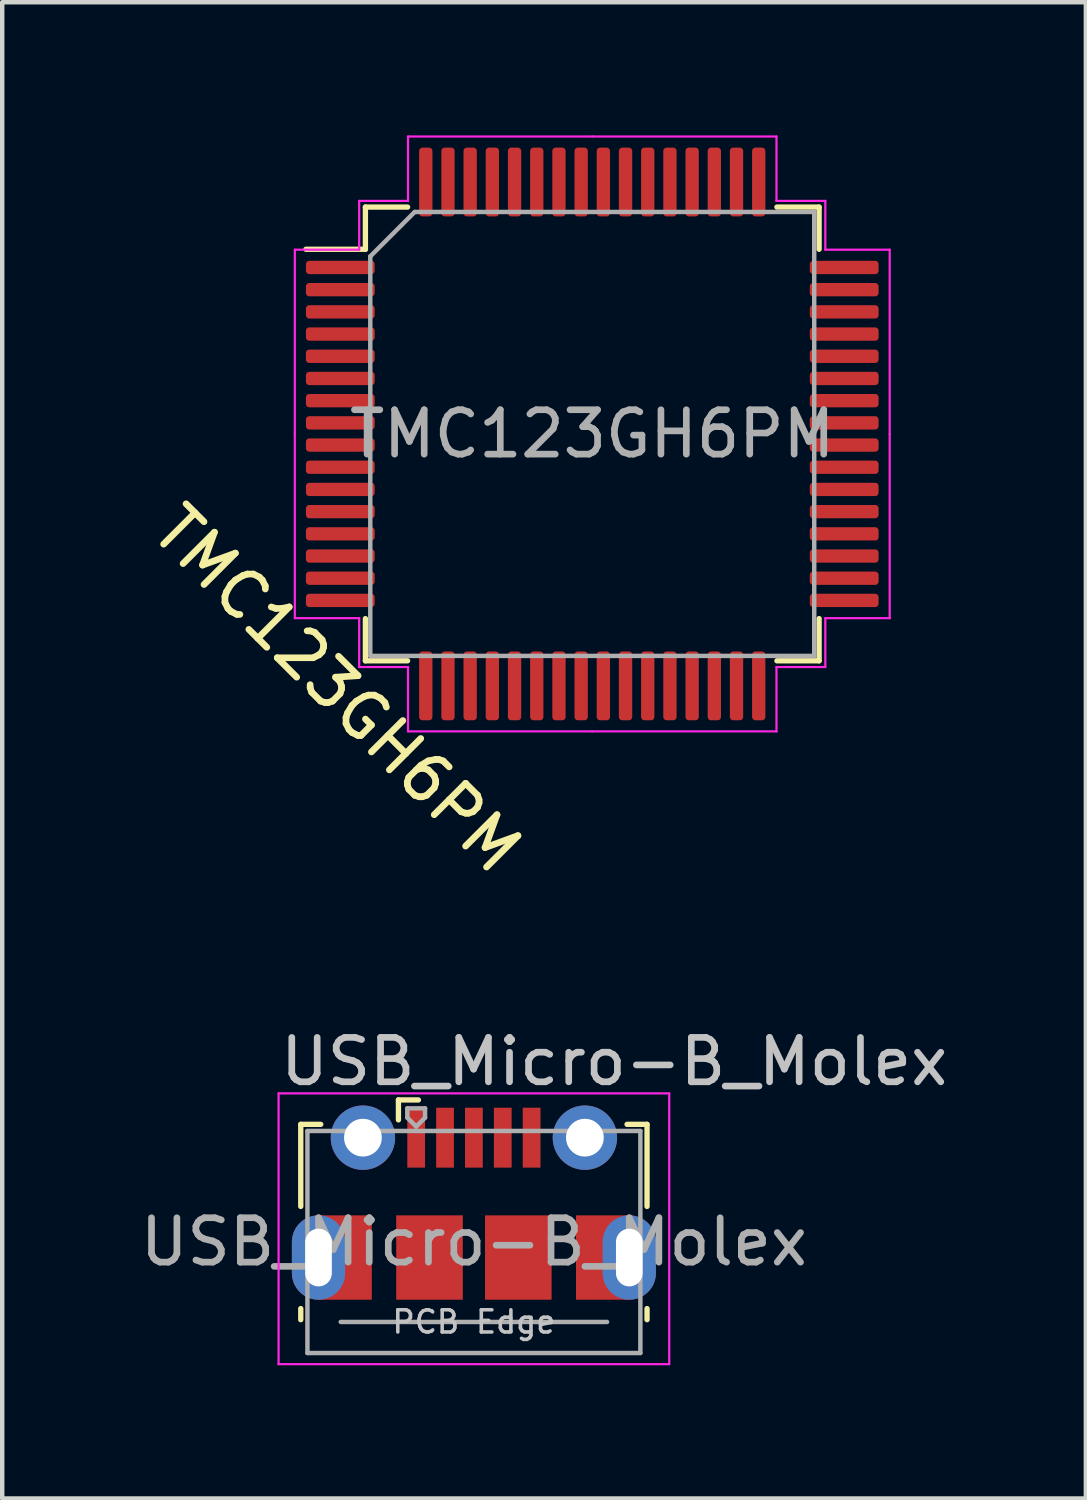
<source format=kicad_pcb>
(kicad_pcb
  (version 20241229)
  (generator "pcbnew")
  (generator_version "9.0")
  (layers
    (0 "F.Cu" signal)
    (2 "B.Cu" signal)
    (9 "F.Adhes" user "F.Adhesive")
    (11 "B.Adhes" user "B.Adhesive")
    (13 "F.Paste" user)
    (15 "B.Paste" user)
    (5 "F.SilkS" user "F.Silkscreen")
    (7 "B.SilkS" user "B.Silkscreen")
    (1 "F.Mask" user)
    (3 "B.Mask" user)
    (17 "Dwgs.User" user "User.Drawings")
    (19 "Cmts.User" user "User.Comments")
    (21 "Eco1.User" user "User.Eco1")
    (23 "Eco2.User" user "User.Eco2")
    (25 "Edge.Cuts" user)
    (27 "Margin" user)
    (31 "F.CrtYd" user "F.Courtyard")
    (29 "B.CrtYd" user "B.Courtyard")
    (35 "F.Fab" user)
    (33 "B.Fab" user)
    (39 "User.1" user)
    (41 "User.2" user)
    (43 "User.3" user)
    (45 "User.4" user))
  (footprint "TMC123GH6PM"
    (layer "F.Cu")
    (at 10.291 6.725)
    (property "Reference" "TMC123GH6PM" (at -5.747 5.747 135) (layer "F.SilkS") (effects (font (size 1 1) (thickness 0.15))))
    (attr smd)
    (fp_line (start -5.11 -5.11) (end -5.11 -4.16) (stroke (width 0.12) (type solid)) (layer "F.SilkS"))
    (fp_line (start -5.11 -4.16) (end -6.45 -4.16) (stroke (width 0.12) (type solid)) (layer "F.SilkS"))
    (fp_line (start -5.11 5.11) (end -5.11 4.16) (stroke (width 0.12) (type solid)) (layer "F.SilkS"))
    (fp_line (start -4.16 -5.11) (end -5.11 -5.11) (stroke (width 0.12) (type solid)) (layer "F.SilkS"))
    (fp_line (start -4.16 5.11) (end -5.11 5.11) (stroke (width 0.12) (type solid)) (layer "F.SilkS"))
    (fp_line (start 4.16 -5.11) (end 5.11 -5.11) (stroke (width 0.12) (type solid)) (layer "F.SilkS"))
    (fp_line (start 4.16 5.11) (end 5.11 5.11) (stroke (width 0.12) (type solid)) (layer "F.SilkS"))
    (fp_line (start 5.11 -5.11) (end 5.11 -4.16) (stroke (width 0.12) (type solid)) (layer "F.SilkS"))
    (fp_line (start 5.11 5.11) (end 5.11 4.16) (stroke (width 0.12) (type solid)) (layer "F.SilkS"))
    (fp_line (start -6.7 -4.15) (end -6.7 0) (stroke (width 0.05) (type solid)) (layer "F.CrtYd"))
    (fp_line (start -6.7 4.15) (end -6.7 0) (stroke (width 0.05) (type solid)) (layer "F.CrtYd"))
    (fp_line (start -5.25 -5.25) (end -5.25 -4.15) (stroke (width 0.05) (type solid)) (layer "F.CrtYd"))
    (fp_line (start -5.25 -4.15) (end -6.7 -4.15) (stroke (width 0.05) (type solid)) (layer "F.CrtYd"))
    (fp_line (start -5.25 4.15) (end -6.7 4.15) (stroke (width 0.05) (type solid)) (layer "F.CrtYd"))
    (fp_line (start -5.25 5.25) (end -5.25 4.15) (stroke (width 0.05) (type solid)) (layer "F.CrtYd"))
    (fp_line (start -4.15 -6.7) (end -4.15 -5.25) (stroke (width 0.05) (type solid)) (layer "F.CrtYd"))
    (fp_line (start -4.15 -5.25) (end -5.25 -5.25) (stroke (width 0.05) (type solid)) (layer "F.CrtYd"))
    (fp_line (start -4.15 5.25) (end -5.25 5.25) (stroke (width 0.05) (type solid)) (layer "F.CrtYd"))
    (fp_line (start -4.15 6.7) (end -4.15 5.25) (stroke (width 0.05) (type solid)) (layer "F.CrtYd"))
    (fp_line (start 0 -6.7) (end -4.15 -6.7) (stroke (width 0.05) (type solid)) (layer "F.CrtYd"))
    (fp_line (start 0 -6.7) (end 4.15 -6.7) (stroke (width 0.05) (type solid)) (layer "F.CrtYd"))
    (fp_line (start 0 6.7) (end -4.15 6.7) (stroke (width 0.05) (type solid)) (layer "F.CrtYd"))
    (fp_line (start 0 6.7) (end 4.15 6.7) (stroke (width 0.05) (type solid)) (layer "F.CrtYd"))
    (fp_line (start 4.15 -6.7) (end 4.15 -5.25) (stroke (width 0.05) (type solid)) (layer "F.CrtYd"))
    (fp_line (start 4.15 -5.25) (end 5.25 -5.25) (stroke (width 0.05) (type solid)) (layer "F.CrtYd"))
    (fp_line (start 4.15 5.25) (end 5.25 5.25) (stroke (width 0.05) (type solid)) (layer "F.CrtYd"))
    (fp_line (start 4.15 6.7) (end 4.15 5.25) (stroke (width 0.05) (type solid)) (layer "F.CrtYd"))
    (fp_line (start 5.25 -5.25) (end 5.25 -4.15) (stroke (width 0.05) (type solid)) (layer "F.CrtYd"))
    (fp_line (start 5.25 -4.15) (end 6.7 -4.15) (stroke (width 0.05) (type solid)) (layer "F.CrtYd"))
    (fp_line (start 5.25 4.15) (end 6.7 4.15) (stroke (width 0.05) (type solid)) (layer "F.CrtYd"))
    (fp_line (start 5.25 5.25) (end 5.25 4.15) (stroke (width 0.05) (type solid)) (layer "F.CrtYd"))
    (fp_line (start 6.7 -4.15) (end 6.7 0) (stroke (width 0.05) (type solid)) (layer "F.CrtYd"))
    (fp_line (start 6.7 4.15) (end 6.7 0) (stroke (width 0.05) (type solid)) (layer "F.CrtYd"))
    (fp_line (start -5 -4) (end -4 -5) (stroke (width 0.1) (type solid)) (layer "F.Fab"))
    (fp_line (start -5 5) (end -5 -4) (stroke (width 0.1) (type solid)) (layer "F.Fab"))
    (fp_line (start -4 -5) (end 5 -5) (stroke (width 0.1) (type solid)) (layer "F.Fab"))
    (fp_line (start 5 -5) (end 5 5) (stroke (width 0.1) (type solid)) (layer "F.Fab"))
    (fp_line (start 5 5) (end -5 5) (stroke (width 0.1) (type solid)) (layer "F.Fab"))
    (fp_text user "${REFERENCE}" (at 0 0 0) (layer "F.Fab") (effects (font (size 1 1) (thickness 0.15))))
    (pad "1" smd roundrect (at -5.675 -3.75) (size 1.55 0.3) (layers "F.Cu" "F.Mask" "F.Paste") (roundrect_rratio 0.25))
    (pad "2" smd roundrect (at -5.675 -3.25) (size 1.55 0.3) (layers "F.Cu" "F.Mask" "F.Paste") (roundrect_rratio 0.25))
    (pad "3" smd roundrect (at -5.675 -2.75) (size 1.55 0.3) (layers "F.Cu" "F.Mask" "F.Paste") (roundrect_rratio 0.25))
    (pad "4" smd roundrect (at -5.675 -2.25) (size 1.55 0.3) (layers "F.Cu" "F.Mask" "F.Paste") (roundrect_rratio 0.25))
    (pad "5" smd roundrect (at -5.675 -1.75) (size 1.55 0.3) (layers "F.Cu" "F.Mask" "F.Paste") (roundrect_rratio 0.25))
    (pad "6" smd roundrect (at -5.675 -1.25) (size 1.55 0.3) (layers "F.Cu" "F.Mask" "F.Paste") (roundrect_rratio 0.25))
    (pad "7" smd roundrect (at -5.675 -0.75) (size 1.55 0.3) (layers "F.Cu" "F.Mask" "F.Paste") (roundrect_rratio 0.25))
    (pad "8" smd roundrect (at -5.675 -0.25) (size 1.55 0.3) (layers "F.Cu" "F.Mask" "F.Paste") (roundrect_rratio 0.25))
    (pad "9" smd roundrect (at -5.675 0.25) (size 1.55 0.3) (layers "F.Cu" "F.Mask" "F.Paste") (roundrect_rratio 0.25))
    (pad "10" smd roundrect (at -5.675 0.75) (size 1.55 0.3) (layers "F.Cu" "F.Mask" "F.Paste") (roundrect_rratio 0.25))
    (pad "11" smd roundrect (at -5.675 1.25) (size 1.55 0.3) (layers "F.Cu" "F.Mask" "F.Paste") (roundrect_rratio 0.25))
    (pad "12" smd roundrect (at -5.675 1.75) (size 1.55 0.3) (layers "F.Cu" "F.Mask" "F.Paste") (roundrect_rratio 0.25))
    (pad "13" smd roundrect (at -5.675 2.25) (size 1.55 0.3) (layers "F.Cu" "F.Mask" "F.Paste") (roundrect_rratio 0.25))
    (pad "14" smd roundrect (at -5.675 2.75) (size 1.55 0.3) (layers "F.Cu" "F.Mask" "F.Paste") (roundrect_rratio 0.25))
    (pad "15" smd roundrect (at -5.675 3.25) (size 1.55 0.3) (layers "F.Cu" "F.Mask" "F.Paste") (roundrect_rratio 0.25))
    (pad "16" smd roundrect (at -5.675 3.75) (size 1.55 0.3) (layers "F.Cu" "F.Mask" "F.Paste") (roundrect_rratio 0.25))
    (pad "17" smd roundrect (at -3.75 5.675) (size 0.3 1.55) (layers "F.Cu" "F.Mask" "F.Paste") (roundrect_rratio 0.25))
    (pad "18" smd roundrect (at -3.25 5.675) (size 0.3 1.55) (layers "F.Cu" "F.Mask" "F.Paste") (roundrect_rratio 0.25))
    (pad "19" smd roundrect (at -2.75 5.675) (size 0.3 1.55) (layers "F.Cu" "F.Mask" "F.Paste") (roundrect_rratio 0.25))
    (pad "20" smd roundrect (at -2.25 5.675) (size 0.3 1.55) (layers "F.Cu" "F.Mask" "F.Paste") (roundrect_rratio 0.25))
    (pad "21" smd roundrect (at -1.75 5.675) (size 0.3 1.55) (layers "F.Cu" "F.Mask" "F.Paste") (roundrect_rratio 0.25))
    (pad "22" smd roundrect (at -1.25 5.675) (size 0.3 1.55) (layers "F.Cu" "F.Mask" "F.Paste") (roundrect_rratio 0.25))
    (pad "23" smd roundrect (at -0.75 5.675) (size 0.3 1.55) (layers "F.Cu" "F.Mask" "F.Paste") (roundrect_rratio 0.25))
    (pad "24" smd roundrect (at -0.25 5.675) (size 0.3 1.55) (layers "F.Cu" "F.Mask" "F.Paste") (roundrect_rratio 0.25))
    (pad "25" smd roundrect (at 0.25 5.675) (size 0.3 1.55) (layers "F.Cu" "F.Mask" "F.Paste") (roundrect_rratio 0.25))
    (pad "26" smd roundrect (at 0.75 5.675) (size 0.3 1.55) (layers "F.Cu" "F.Mask" "F.Paste") (roundrect_rratio 0.25))
    (pad "27" smd roundrect (at 1.25 5.675) (size 0.3 1.55) (layers "F.Cu" "F.Mask" "F.Paste") (roundrect_rratio 0.25))
    (pad "28" smd roundrect (at 1.75 5.675) (size 0.3 1.55) (layers "F.Cu" "F.Mask" "F.Paste") (roundrect_rratio 0.25))
    (pad "29" smd roundrect (at 2.25 5.675) (size 0.3 1.55) (layers "F.Cu" "F.Mask" "F.Paste") (roundrect_rratio 0.25))
    (pad "30" smd roundrect (at 2.75 5.675) (size 0.3 1.55) (layers "F.Cu" "F.Mask" "F.Paste") (roundrect_rratio 0.25))
    (pad "31" smd roundrect (at 3.25 5.675) (size 0.3 1.55) (layers "F.Cu" "F.Mask" "F.Paste") (roundrect_rratio 0.25))
    (pad "32" smd roundrect (at 3.75 5.675) (size 0.3 1.55) (layers "F.Cu" "F.Mask" "F.Paste") (roundrect_rratio 0.25))
    (pad "33" smd roundrect (at 5.675 3.75) (size 1.55 0.3) (layers "F.Cu" "F.Mask" "F.Paste") (roundrect_rratio 0.25))
    (pad "34" smd roundrect (at 5.675 3.25) (size 1.55 0.3) (layers "F.Cu" "F.Mask" "F.Paste") (roundrect_rratio 0.25))
    (pad "35" smd roundrect (at 5.675 2.75) (size 1.55 0.3) (layers "F.Cu" "F.Mask" "F.Paste") (roundrect_rratio 0.25))
    (pad "36" smd roundrect (at 5.675 2.25) (size 1.55 0.3) (layers "F.Cu" "F.Mask" "F.Paste") (roundrect_rratio 0.25))
    (pad "37" smd roundrect (at 5.675 1.75) (size 1.55 0.3) (layers "F.Cu" "F.Mask" "F.Paste") (roundrect_rratio 0.25))
    (pad "38" smd roundrect (at 5.675 1.25) (size 1.55 0.3) (layers "F.Cu" "F.Mask" "F.Paste") (roundrect_rratio 0.25))
    (pad "39" smd roundrect (at 5.675 0.75) (size 1.55 0.3) (layers "F.Cu" "F.Mask" "F.Paste") (roundrect_rratio 0.25))
    (pad "40" smd roundrect (at 5.675 0.25) (size 1.55 0.3) (layers "F.Cu" "F.Mask" "F.Paste") (roundrect_rratio 0.25))
    (pad "41" smd roundrect (at 5.675 -0.25) (size 1.55 0.3) (layers "F.Cu" "F.Mask" "F.Paste") (roundrect_rratio 0.25))
    (pad "42" smd roundrect (at 5.675 -0.75) (size 1.55 0.3) (layers "F.Cu" "F.Mask" "F.Paste") (roundrect_rratio 0.25))
    (pad "43" smd roundrect (at 5.675 -1.25) (size 1.55 0.3) (layers "F.Cu" "F.Mask" "F.Paste") (roundrect_rratio 0.25))
    (pad "44" smd roundrect (at 5.675 -1.75) (size 1.55 0.3) (layers "F.Cu" "F.Mask" "F.Paste") (roundrect_rratio 0.25))
    (pad "45" smd roundrect (at 5.675 -2.25) (size 1.55 0.3) (layers "F.Cu" "F.Mask" "F.Paste") (roundrect_rratio 0.25))
    (pad "46" smd roundrect (at 5.675 -2.75) (size 1.55 0.3) (layers "F.Cu" "F.Mask" "F.Paste") (roundrect_rratio 0.25))
    (pad "47" smd roundrect (at 5.675 -3.25) (size 1.55 0.3) (layers "F.Cu" "F.Mask" "F.Paste") (roundrect_rratio 0.25))
    (pad "48" smd roundrect (at 5.675 -3.75) (size 1.55 0.3) (layers "F.Cu" "F.Mask" "F.Paste") (roundrect_rratio 0.25))
    (pad "49" smd roundrect (at 3.75 -5.675) (size 0.3 1.55) (layers "F.Cu" "F.Mask" "F.Paste") (roundrect_rratio 0.25))
    (pad "50" smd roundrect (at 3.25 -5.675) (size 0.3 1.55) (layers "F.Cu" "F.Mask" "F.Paste") (roundrect_rratio 0.25))
    (pad "51" smd roundrect (at 2.75 -5.675) (size 0.3 1.55) (layers "F.Cu" "F.Mask" "F.Paste") (roundrect_rratio 0.25))
    (pad "52" smd roundrect (at 2.25 -5.675) (size 0.3 1.55) (layers "F.Cu" "F.Mask" "F.Paste") (roundrect_rratio 0.25))
    (pad "53" smd roundrect (at 1.75 -5.675) (size 0.3 1.55) (layers "F.Cu" "F.Mask" "F.Paste") (roundrect_rratio 0.25))
    (pad "54" smd roundrect (at 1.25 -5.675) (size 0.3 1.55) (layers "F.Cu" "F.Mask" "F.Paste") (roundrect_rratio 0.25))
    (pad "55" smd roundrect (at 0.75 -5.675) (size 0.3 1.55) (layers "F.Cu" "F.Mask" "F.Paste") (roundrect_rratio 0.25))
    (pad "56" smd roundrect (at 0.25 -5.675) (size 0.3 1.55) (layers "F.Cu" "F.Mask" "F.Paste") (roundrect_rratio 0.25))
    (pad "57" smd roundrect (at -0.25 -5.675) (size 0.3 1.55) (layers "F.Cu" "F.Mask" "F.Paste") (roundrect_rratio 0.25))
    (pad "58" smd roundrect (at -0.75 -5.675) (size 0.3 1.55) (layers "F.Cu" "F.Mask" "F.Paste") (roundrect_rratio 0.25))
    (pad "59" smd roundrect (at -1.25 -5.675) (size 0.3 1.55) (layers "F.Cu" "F.Mask" "F.Paste") (roundrect_rratio 0.25))
    (pad "60" smd roundrect (at -1.75 -5.675) (size 0.3 1.55) (layers "F.Cu" "F.Mask" "F.Paste") (roundrect_rratio 0.25))
    (pad "61" smd roundrect (at -2.25 -5.675) (size 0.3 1.55) (layers "F.Cu" "F.Mask" "F.Paste") (roundrect_rratio 0.25))
    (pad "62" smd roundrect (at -2.75 -5.675) (size 0.3 1.55) (layers "F.Cu" "F.Mask" "F.Paste") (roundrect_rratio 0.25))
    (pad "63" smd roundrect (at -3.25 -5.675) (size 0.3 1.55) (layers "F.Cu" "F.Mask" "F.Paste") (roundrect_rratio 0.25))
    (pad "64" smd roundrect (at -3.75 -5.675) (size 0.3 1.55) (layers "F.Cu" "F.Mask" "F.Paste") (roundrect_rratio 0.25)))
  (footprint "USB_Micro-B_Molex"
    (layer "F.Cu")
    (at 7.625 24.039)
    (property "Reference" "USB_Micro-B_Molex" (at 3.16 -3.175 0) (layer "Dwgs.User") (effects (font (size 1 1) (thickness 0.15))))
    (attr smd)
    (fp_line (start -3.9 -1.762) (end -3.45 -1.762) (stroke (width 0.12) (type solid)) (layer "F.SilkS"))
    (fp_line (start -3.9 0.087) (end -3.9 -1.762) (stroke (width 0.12) (type solid)) (layer "F.SilkS"))
    (fp_line (start -3.9 2.638) (end -3.9 2.388) (stroke (width 0.12) (type solid)) (layer "F.SilkS"))
    (fp_line (start -1.7 -2.312) (end -1.7 -1.863) (stroke (width 0.12) (type solid)) (layer "F.SilkS"))
    (fp_line (start -1.7 -2.312) (end -1.25 -2.312) (stroke (width 0.12) (type solid)) (layer "F.SilkS"))
    (fp_line (start 3.9 -1.762) (end 3.45 -1.762) (stroke (width 0.12) (type solid)) (layer "F.SilkS"))
    (fp_line (start 3.9 0.087) (end 3.9 -1.762) (stroke (width 0.12) (type solid)) (layer "F.SilkS"))
    (fp_line (start 3.9 2.638) (end 3.9 2.388) (stroke (width 0.12) (type solid)) (layer "F.SilkS"))
    (fp_line (start -4.4 -2.46) (end 4.4 -2.46) (stroke (width 0.05) (type solid)) (layer "F.CrtYd"))
    (fp_line (start -4.4 3.64) (end -4.4 -2.46) (stroke (width 0.05) (type solid)) (layer "F.CrtYd"))
    (fp_line (start -4.4 3.64) (end 4.4 3.64) (stroke (width 0.05) (type solid)) (layer "F.CrtYd"))
    (fp_line (start 4.4 -2.46) (end 4.4 3.64) (stroke (width 0.05) (type solid)) (layer "F.CrtYd"))
    (fp_line (start -3.75 -1.613) (end 3.75 -1.613) (stroke (width 0.1) (type solid)) (layer "F.Fab"))
    (fp_line (start -3.75 3.388) (end -3.75 -1.613) (stroke (width 0.1) (type solid)) (layer "F.Fab"))
    (fp_line (start -3.75 3.389) (end 3.75 3.389) (stroke (width 0.1) (type solid)) (layer "F.Fab"))
    (fp_line (start -3 2.689) (end 3 2.689) (stroke (width 0.1) (type solid)) (layer "F.Fab"))
    (fp_line (start -1.5 -2.123) (end -1.5 -1.913) (stroke (width 0.1) (type solid)) (layer "F.Fab"))
    (fp_line (start -1.5 -2.123) (end -1.1 -2.123) (stroke (width 0.1) (type solid)) (layer "F.Fab"))
    (fp_line (start -1.3 -1.712) (end -1.5 -1.913) (stroke (width 0.1) (type solid)) (layer "F.Fab"))
    (fp_line (start -1.1 -2.123) (end -1.1 -1.913) (stroke (width 0.1) (type solid)) (layer "F.Fab"))
    (fp_line (start -1.1 -1.913) (end -1.3 -1.712) (stroke (width 0.1) (type solid)) (layer "F.Fab"))
    (fp_line (start 3.75 3.388) (end 3.75 -1.613) (stroke (width 0.1) (type solid)) (layer "F.Fab"))
    (fp_text user "PCB Edge" (at 0 2.688 0) (layer "Dwgs.User") (effects (font (size 0.5 0.5) (thickness 0.08))))
    (fp_text user "${REFERENCE}" (at 0 0.887 0) (layer "F.Fab") (effects (font (size 1 1) (thickness 0.15))))
    (pad "1" smd rect (at -1.3 -1.462) (size 0.4 1.35) (layers "F.Cu" "F.Mask" "F.Paste"))
    (pad "2" smd rect (at -0.65 -1.462) (size 0.4 1.35) (layers "F.Cu" "F.Mask" "F.Paste"))
    (pad "3" smd rect (at 0 -1.462) (size 0.4 1.35) (layers "F.Cu" "F.Mask" "F.Paste"))
    (pad "4" smd rect (at 0.65 -1.462) (size 0.4 1.35) (layers "F.Cu" "F.Mask" "F.Paste"))
    (pad "5" smd rect (at 1.3 -1.462) (size 0.4 1.35) (layers "F.Cu" "F.Mask" "F.Paste"))
    (pad "6" thru_hole oval (at -3.5 1.238 180) (size 1.2 1.9) (drill oval 0.6 1.3) (layers "*.Cu" "*.Mask"))
    (pad "6" smd rect (at -2.9 1.238) (size 1.2 1.9) (layers "F.Cu" "F.Mask"))
    (pad "6" thru_hole circle (at -2.5 -1.462) (size 1.45 1.45) (drill 0.85) (layers "*.Cu" "*.Mask"))
    (pad "6" smd rect (at -1 1.238) (size 1.5 1.9) (layers "F.Cu" "F.Mask" "F.Paste"))
    (pad "6" smd rect (at 1 1.238) (size 1.5 1.9) (layers "F.Cu" "F.Mask" "F.Paste"))
    (pad "6" thru_hole circle (at 2.5 -1.462) (size 1.45 1.45) (drill 0.85) (layers "*.Cu" "*.Mask"))
    (pad "6" smd rect (at 2.9 1.238) (size 1.2 1.9) (layers "F.Cu" "F.Mask"))
    (pad "6" thru_hole oval (at 3.5 1.238) (size 1.2 1.9) (drill oval 0.6 1.3) (layers "*.Cu" "*.Mask")))
  (gr_rect
    (start -3 -3)
    (end 21.41 30.704)
    (stroke (width 0.1) (type default))
    (fill no)
    (layer "Edge.Cuts")))
</source>
